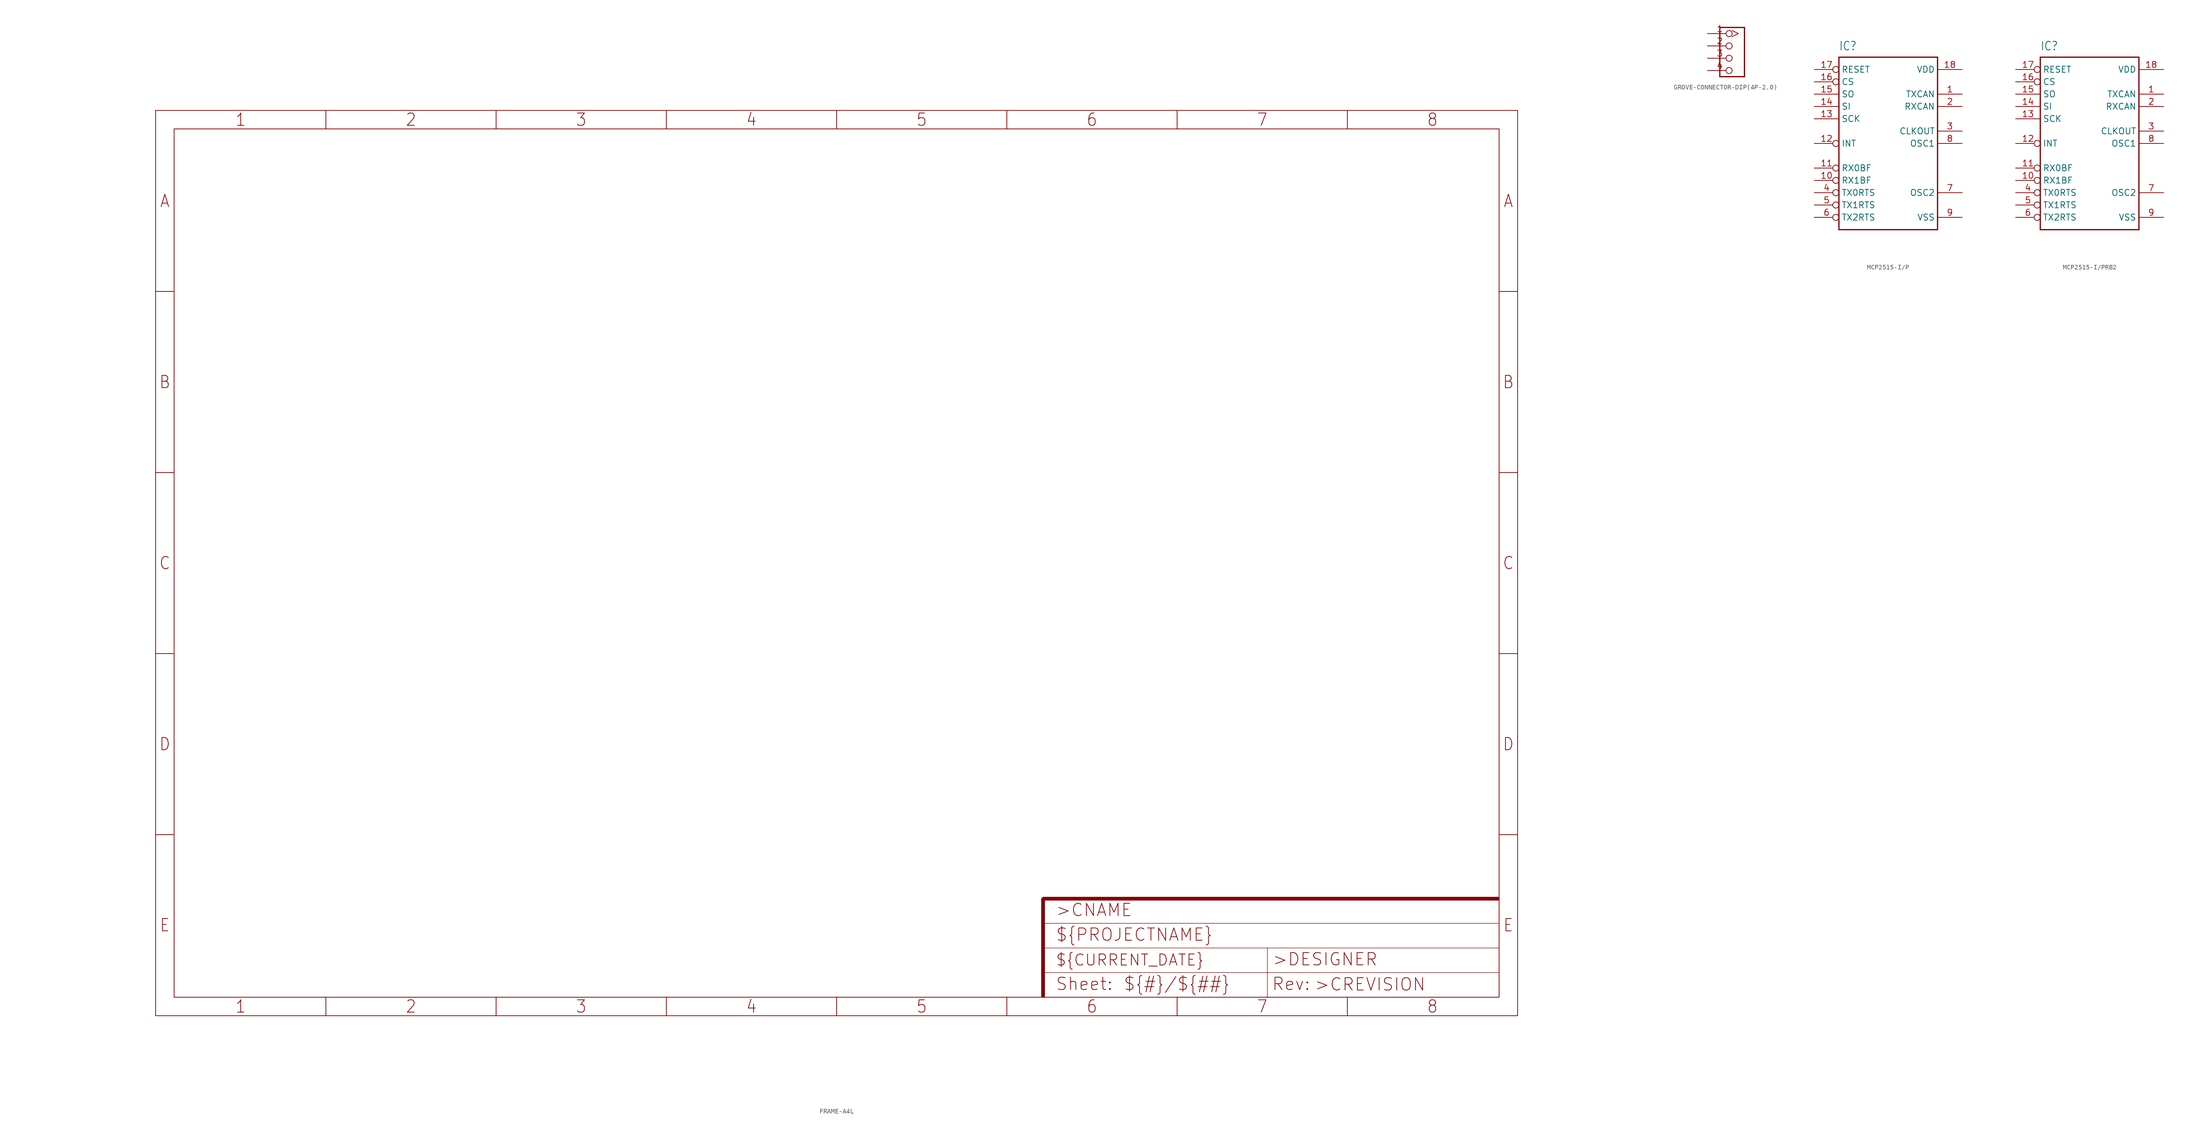
<source format=kicad_sym>
(kicad_symbol_lib
  (version 20220914)
  (generator kicad_symbol_editor)
  (symbol "FRAME-A4L"
    (property "Reference" "#FRAME"
      (at 0 0 0)
      (effects (font (size 1.27 1.27)) hide))
    (property "ki_locked" ""
      (at 0 0 0)
      (effects (font (size 1.27 1.27))))
    (symbol "FRAME-A4L_1_0"
      (polyline (pts (xy -3.81 33.528) (xy 0 33.528)) (stroke (width 0) (type default)) (fill (type none)))
      (polyline (pts (xy -3.81 70.866) (xy 0 70.866)) (stroke (width 0) (type default)) (fill (type none)))
      (polyline (pts (xy -3.81 108.204) (xy 0 108.204)) (stroke (width 0) (type default)) (fill (type none)))
      (polyline (pts (xy -3.81 145.542) (xy 0 145.542)) (stroke (width 0) (type default)) (fill (type none)))
      (polyline (pts (xy 0 0) (xy 0 179.07)) (stroke (width 0) (type default)) (fill (type none)))
      (polyline (pts (xy 31.274 -3.81) (xy 31.274 0)) (stroke (width 0) (type default)) (fill (type none)))
      (polyline (pts (xy 31.274 179.07) (xy 31.274 182.88)) (stroke (width 0) (type default)) (fill (type none)))
      (polyline (pts (xy 66.358 -3.81) (xy 66.358 0)) (stroke (width 0) (type default)) (fill (type none)))
      (polyline (pts (xy 66.358 179.07) (xy 66.358 182.88)) (stroke (width 0) (type default)) (fill (type none)))
      (polyline (pts (xy 101.441 -3.81) (xy 101.441 0)) (stroke (width 0) (type default)) (fill (type none)))
      (polyline (pts (xy 101.441 179.07) (xy 101.441 182.88)) (stroke (width 0) (type default)) (fill (type none)))
      (polyline (pts (xy 136.525 -3.81) (xy 136.525 0)) (stroke (width 0) (type default)) (fill (type none)))
      (polyline (pts (xy 136.525 179.07) (xy 136.525 182.88)) (stroke (width 0) (type default)) (fill (type none)))
      (polyline (pts (xy 171.609 -3.81) (xy 171.609 0)) (stroke (width 0) (type default)) (fill (type none)))
      (polyline (pts (xy 171.609 179.07) (xy 171.609 182.88)) (stroke (width 0) (type default)) (fill (type none)))
      (polyline (pts (xy 179.07 10.16) (xy 225.29 10.16)) (stroke (width 0.102) (type solid)) (fill (type none)))
      (polyline (pts (xy 179.07 15.24) (xy 273.05 15.24)) (stroke (width 0.102) (type solid)) (fill (type none)))
      (polyline (pts (xy 179.07 19.05) (xy 179.07 20.32)) (stroke (width 0.61) (type solid)) (fill (type none)))
      (polyline (pts (xy 179.07 20.32) (xy 180.34 20.32)) (stroke (width 0.61) (type solid)) (fill (type none)))
      (polyline (pts (xy 206.692 -3.81) (xy 206.692 0)) (stroke (width 0) (type default)) (fill (type none)))
      (polyline (pts (xy 206.692 179.07) (xy 206.692 182.88)) (stroke (width 0) (type default)) (fill (type none)))
      (polyline (pts (xy 225.29 -0.1) (xy 225.29 5.08)) (stroke (width 0.102) (type solid)) (fill (type none)))
      (polyline (pts (xy 225.29 5.08) (xy 179.07 5.08)) (stroke (width 0.102) (type solid)) (fill (type none)))
      (polyline (pts (xy 225.29 5.08) (xy 225.29 10.16)) (stroke (width 0.102) (type solid)) (fill (type none)))
      (polyline (pts (xy 225.29 5.08) (xy 273.05 5.08)) (stroke (width 0.102) (type solid)) (fill (type none)))
      (polyline (pts (xy 225.29 10.16) (xy 273.05 10.16)) (stroke (width 0.102) (type solid)) (fill (type none)))
      (polyline (pts (xy 241.776 -3.81) (xy 241.776 0)) (stroke (width 0) (type default)) (fill (type none)))
      (polyline (pts (xy 241.776 179.07) (xy 241.776 182.88)) (stroke (width 0) (type default)) (fill (type none)))
      (polyline (pts (xy 273.05 0) (xy 0 0)) (stroke (width 0) (type default)) (fill (type none)))
      (polyline (pts (xy 273.05 0) (xy 273.05 179.07)) (stroke (width 0) (type default)) (fill (type none)))
      (polyline (pts (xy 273.05 33.528) (xy 276.86 33.528)) (stroke (width 0) (type default)) (fill (type none)))
      (polyline (pts (xy 273.05 70.866) (xy 276.86 70.866)) (stroke (width 0) (type default)) (fill (type none)))
      (polyline (pts (xy 273.05 108.204) (xy 276.86 108.204)) (stroke (width 0) (type default)) (fill (type none)))
      (polyline (pts (xy 273.05 145.542) (xy 276.86 145.542)) (stroke (width 0) (type default)) (fill (type none)))
      (polyline (pts (xy 273.05 179.07) (xy 0 179.07)) (stroke (width 0) (type default)) (fill (type none)))
      (polyline (pts (xy -3.81 -3.81) (xy 276.86 -3.81) (xy 276.86 182.88) (xy -3.81 182.88) (xy -3.81 -3.81)) (stroke (width 0) (type default)) (fill (type none)))
      (rectangle (start 178.765 0) (end 179.375 20.32) (stroke (width 0) (type default)) (fill (type outline)))
      (rectangle (start 179.07 20.625) (end 273.05 20.015) (stroke (width 0) (type default)) (fill (type outline)))
      (text "${#}/${##}" (at 195.58 1.27 0) (effects (font (size 2.54 2.54)) (justify left bottom)))
      (text "${CURRENT_DATE}" (at 181.61 6.35 0) (effects (font (size 2.286 2.286)) (justify left bottom)))
      (text "${PROJECTNAME}" (at 181.61 11.43 0) (effects (font (size 2.54 2.54)) (justify left bottom)))
      (text "1" (at 13.732 -1.905 0) (effects (font (size 2.54 2.286))))
      (text "1" (at 13.732 180.975 0) (effects (font (size 2.54 2.286))))
      (text "2" (at 48.816 -1.905 0) (effects (font (size 2.54 2.286))))
      (text "2" (at 48.816 180.975 0) (effects (font (size 2.54 2.286))))
      (text "3" (at 83.899 -1.905 0) (effects (font (size 2.54 2.286))))
      (text "3" (at 83.899 180.975 0) (effects (font (size 2.54 2.286))))
      (text "4" (at 118.983 -1.905 0) (effects (font (size 2.54 2.286))))
      (text "4" (at 118.983 180.975 0) (effects (font (size 2.54 2.286))))
      (text "5" (at 154.067 -1.905 0) (effects (font (size 2.54 2.286))))
      (text "5" (at 154.067 180.975 0) (effects (font (size 2.54 2.286))))
      (text "6" (at 189.151 -1.905 0) (effects (font (size 2.54 2.286))))
      (text "6" (at 189.151 180.975 0) (effects (font (size 2.54 2.286))))
      (text "7" (at 224.234 -1.905 0) (effects (font (size 2.54 2.286))))
      (text "7" (at 224.234 180.975 0) (effects (font (size 2.54 2.286))))
      (text "8" (at 259.318 -1.905 0) (effects (font (size 2.54 2.286))))
      (text "8" (at 259.318 180.975 0) (effects (font (size 2.54 2.286))))
      (text ">CNAME" (at 181.61 16.51 0) (effects (font (size 2.54 2.54)) (justify left bottom)))
      (text ">CREVISION" (at 234.92 1.17 0) (effects (font (size 2.54 2.54)) (justify left bottom)))
      (text ">DESIGNER" (at 226.26 6.35 0) (effects (font (size 2.54 2.54)) (justify left bottom)))
      (text "A" (at -1.905 164.211 0) (effects (font (size 2.54 2.286))))
      (text "A" (at 274.955 164.211 0) (effects (font (size 2.54 2.286))))
      (text "B" (at -1.905 126.873 0) (effects (font (size 2.54 2.286))))
      (text "B" (at 274.955 126.873 0) (effects (font (size 2.54 2.286))))
      (text "C" (at -1.905 89.535 0) (effects (font (size 2.54 2.286))))
      (text "C" (at 274.955 89.535 0) (effects (font (size 2.54 2.286))))
      (text "D" (at -1.905 52.197 0) (effects (font (size 2.54 2.286))))
      (text "D" (at 274.955 52.197 0) (effects (font (size 2.54 2.286))))
      (text "E" (at -1.905 14.859 0) (effects (font (size 2.54 2.286))))
      (text "E" (at 274.955 14.859 0) (effects (font (size 2.54 2.286))))
      (text "Rev:" (at 226.16 1.27 0) (effects (font (size 2.54 2.54)) (justify left bottom)))
      (text "Sheet:" (at 181.61 1.27 0) (effects (font (size 2.54 2.54)) (justify left bottom)))))
  (symbol "GROVE-CONNECTOR-DIP(4P-2.0)"
    (property "Reference" "J"
      (at -6.35 6.35 0)
      (effects (font (size 1.27 1.079)) (justify left bottom) hide))
    (property "ki_locked" ""
      (at 0 0 0)
      (effects (font (size 1.27 1.27))))
    (symbol "GROVE-CONNECTOR-DIP(4P-2.0)_1_0"
      (polyline (pts (xy -1.27 -5.08) (xy -1.27 5.08)) (stroke (width 0.254) (type solid)) (fill (type none)))
      (polyline (pts (xy -1.27 5.08) (xy 3.81 5.08)) (stroke (width 0.254) (type solid)) (fill (type none)))
      (polyline (pts (xy 3.81 -5.08) (xy -1.27 -5.08)) (stroke (width 0.254) (type solid)) (fill (type none)))
      (polyline (pts (xy 3.81 5.08) (xy 3.81 -5.08)) (stroke (width 0.254) (type solid)) (fill (type none)))
      (pin bidirectional inverted_clock (at -3.81 3.81 0) (length 5.08) (name "1" (effects (font (size 0 0)))) (number "1" (effects (font (size 1.27 1.27)))))
      (pin bidirectional inverted (at -3.81 1.27 0) (length 5.08) (name "2" (effects (font (size 0 0)))) (number "2" (effects (font (size 1.27 1.27)))))
      (pin bidirectional inverted (at -3.81 -1.27 0) (length 5.08) (name "3" (effects (font (size 0 0)))) (number "3" (effects (font (size 1.27 1.27)))))
      (pin bidirectional inverted (at -3.81 -3.81 0) (length 5.08) (name "4" (effects (font (size 0 0)))) (number "4" (effects (font (size 1.27 1.27)))))))
  (symbol "MCP2515-I/P"
    (property "Reference" "IC"
      (at -10.16 19.05 0)
      (effects (font (size 1.778 1.511)) (justify left bottom)))
    (property "Value" ""
      (at -10.16 -20.32 0)
      (effects (font (size 1.778 1.511)) (justify left bottom)))
    (property "ki_locked" ""
      (at 0 0 0)
      (effects (font (size 1.27 1.27))))
    (symbol "MCP2515-I/P_1_0"
      (polyline (pts (xy -10.16 -17.78) (xy -10.16 17.78)) (stroke (width 0.254) (type solid)) (fill (type none)))
      (polyline (pts (xy -10.16 17.78) (xy 10.16 17.78)) (stroke (width 0.254) (type solid)) (fill (type none)))
      (polyline (pts (xy 10.16 -17.78) (xy -10.16 -17.78)) (stroke (width 0.254) (type solid)) (fill (type none)))
      (polyline (pts (xy 10.16 17.78) (xy 10.16 -17.78)) (stroke (width 0.254) (type solid)) (fill (type none)))
      (pin output line (at 15.24 10.16 180) (length 5.08) (name "TXCAN" (effects (font (size 1.27 1.27)))) (number "1" (effects (font (size 1.27 1.27)))))
      (pin output inverted (at -15.24 -7.62 0) (length 5.08) (name "RX1BF" (effects (font (size 1.27 1.27)))) (number "10" (effects (font (size 1.27 1.27)))))
      (pin output inverted (at -15.24 -5.08 0) (length 5.08) (name "RX0BF" (effects (font (size 1.27 1.27)))) (number "11" (effects (font (size 1.27 1.27)))))
      (pin output inverted (at -15.24 0 0) (length 5.08) (name "INT" (effects (font (size 1.27 1.27)))) (number "12" (effects (font (size 1.27 1.27)))))
      (pin input line (at -15.24 5.08 0) (length 5.08) (name "SCK" (effects (font (size 1.27 1.27)))) (number "13" (effects (font (size 1.27 1.27)))))
      (pin input line (at -15.24 7.62 0) (length 5.08) (name "SI" (effects (font (size 1.27 1.27)))) (number "14" (effects (font (size 1.27 1.27)))))
      (pin output line (at -15.24 10.16 0) (length 5.08) (name "SO" (effects (font (size 1.27 1.27)))) (number "15" (effects (font (size 1.27 1.27)))))
      (pin input inverted (at -15.24 12.7 0) (length 5.08) (name "CS" (effects (font (size 1.27 1.27)))) (number "16" (effects (font (size 1.27 1.27)))))
      (pin input inverted (at -15.24 15.24 0) (length 5.08) (name "RESET" (effects (font (size 1.27 1.27)))) (number "17" (effects (font (size 1.27 1.27)))))
      (pin power_in line (at 15.24 15.24 180) (length 5.08) (name "VDD" (effects (font (size 1.27 1.27)))) (number "18" (effects (font (size 1.27 1.27)))))
      (pin input line (at 15.24 7.62 180) (length 5.08) (name "RXCAN" (effects (font (size 1.27 1.27)))) (number "2" (effects (font (size 1.27 1.27)))))
      (pin output line (at 15.24 2.54 180) (length 5.08) (name "CLKOUT" (effects (font (size 1.27 1.27)))) (number "3" (effects (font (size 1.27 1.27)))))
      (pin input inverted (at -15.24 -10.16 0) (length 5.08) (name "TX0RTS" (effects (font (size 1.27 1.27)))) (number "4" (effects (font (size 1.27 1.27)))))
      (pin input inverted (at -15.24 -12.7 0) (length 5.08) (name "TX1RTS" (effects (font (size 1.27 1.27)))) (number "5" (effects (font (size 1.27 1.27)))))
      (pin input inverted (at -15.24 -15.24 0) (length 5.08) (name "TX2RTS" (effects (font (size 1.27 1.27)))) (number "6" (effects (font (size 1.27 1.27)))))
      (pin output line (at 15.24 -10.16 180) (length 5.08) (name "OSC2" (effects (font (size 1.27 1.27)))) (number "7" (effects (font (size 1.27 1.27)))))
      (pin input line (at 15.24 0 180) (length 5.08) (name "OSC1" (effects (font (size 1.27 1.27)))) (number "8" (effects (font (size 1.27 1.27)))))
      (pin power_in line (at 15.24 -15.24 180) (length 5.08) (name "VSS" (effects (font (size 1.27 1.27)))) (number "9" (effects (font (size 1.27 1.27)))))))
  (symbol "MCP2515-I/PRB2"
    (property "Reference" "IC"
      (at -10.16 19.05 0)
      (effects (font (size 1.778 1.511)) (justify left bottom)))
    (property "Value" ""
      (at -10.16 -20.32 0)
      (effects (font (size 1.778 1.511)) (justify left bottom)))
    (property "ki_locked" ""
      (at 0 0 0)
      (effects (font (size 1.27 1.27))))
    (symbol "MCP2515-I/PRB2_1_0"
      (polyline (pts (xy -10.16 -17.78) (xy -10.16 17.78)) (stroke (width 0.254) (type solid)) (fill (type none)))
      (polyline (pts (xy -10.16 17.78) (xy 10.16 17.78)) (stroke (width 0.254) (type solid)) (fill (type none)))
      (polyline (pts (xy 10.16 -17.78) (xy -10.16 -17.78)) (stroke (width 0.254) (type solid)) (fill (type none)))
      (polyline (pts (xy 10.16 17.78) (xy 10.16 -17.78)) (stroke (width 0.254) (type solid)) (fill (type none)))
      (pin output line (at 15.24 10.16 180) (length 5.08) (name "TXCAN" (effects (font (size 1.27 1.27)))) (number "1" (effects (font (size 1.27 1.27)))))
      (pin output inverted (at -15.24 -7.62 0) (length 5.08) (name "RX1BF" (effects (font (size 1.27 1.27)))) (number "10" (effects (font (size 1.27 1.27)))))
      (pin output inverted (at -15.24 -5.08 0) (length 5.08) (name "RX0BF" (effects (font (size 1.27 1.27)))) (number "11" (effects (font (size 1.27 1.27)))))
      (pin output inverted (at -15.24 0 0) (length 5.08) (name "INT" (effects (font (size 1.27 1.27)))) (number "12" (effects (font (size 1.27 1.27)))))
      (pin input line (at -15.24 5.08 0) (length 5.08) (name "SCK" (effects (font (size 1.27 1.27)))) (number "13" (effects (font (size 1.27 1.27)))))
      (pin input line (at -15.24 7.62 0) (length 5.08) (name "SI" (effects (font (size 1.27 1.27)))) (number "14" (effects (font (size 1.27 1.27)))))
      (pin output line (at -15.24 10.16 0) (length 5.08) (name "SO" (effects (font (size 1.27 1.27)))) (number "15" (effects (font (size 1.27 1.27)))))
      (pin input inverted (at -15.24 12.7 0) (length 5.08) (name "CS" (effects (font (size 1.27 1.27)))) (number "16" (effects (font (size 1.27 1.27)))))
      (pin input inverted (at -15.24 15.24 0) (length 5.08) (name "RESET" (effects (font (size 1.27 1.27)))) (number "17" (effects (font (size 1.27 1.27)))))
      (pin power_in line (at 15.24 15.24 180) (length 5.08) (name "VDD" (effects (font (size 1.27 1.27)))) (number "18" (effects (font (size 1.27 1.27)))))
      (pin input line (at 15.24 7.62 180) (length 5.08) (name "RXCAN" (effects (font (size 1.27 1.27)))) (number "2" (effects (font (size 1.27 1.27)))))
      (pin output line (at 15.24 2.54 180) (length 5.08) (name "CLKOUT" (effects (font (size 1.27 1.27)))) (number "3" (effects (font (size 1.27 1.27)))))
      (pin input inverted (at -15.24 -10.16 0) (length 5.08) (name "TX0RTS" (effects (font (size 1.27 1.27)))) (number "4" (effects (font (size 1.27 1.27)))))
      (pin input inverted (at -15.24 -12.7 0) (length 5.08) (name "TX1RTS" (effects (font (size 1.27 1.27)))) (number "5" (effects (font (size 1.27 1.27)))))
      (pin input inverted (at -15.24 -15.24 0) (length 5.08) (name "TX2RTS" (effects (font (size 1.27 1.27)))) (number "6" (effects (font (size 1.27 1.27)))))
      (pin output line (at 15.24 -10.16 180) (length 5.08) (name "OSC2" (effects (font (size 1.27 1.27)))) (number "7" (effects (font (size 1.27 1.27)))))
      (pin input line (at 15.24 0 180) (length 5.08) (name "OSC1" (effects (font (size 1.27 1.27)))) (number "8" (effects (font (size 1.27 1.27)))))
      (pin power_in line (at 15.24 -15.24 180) (length 5.08) (name "VSS" (effects (font (size 1.27 1.27)))) (number "9" (effects (font (size 1.27 1.27))))))))
</source>
